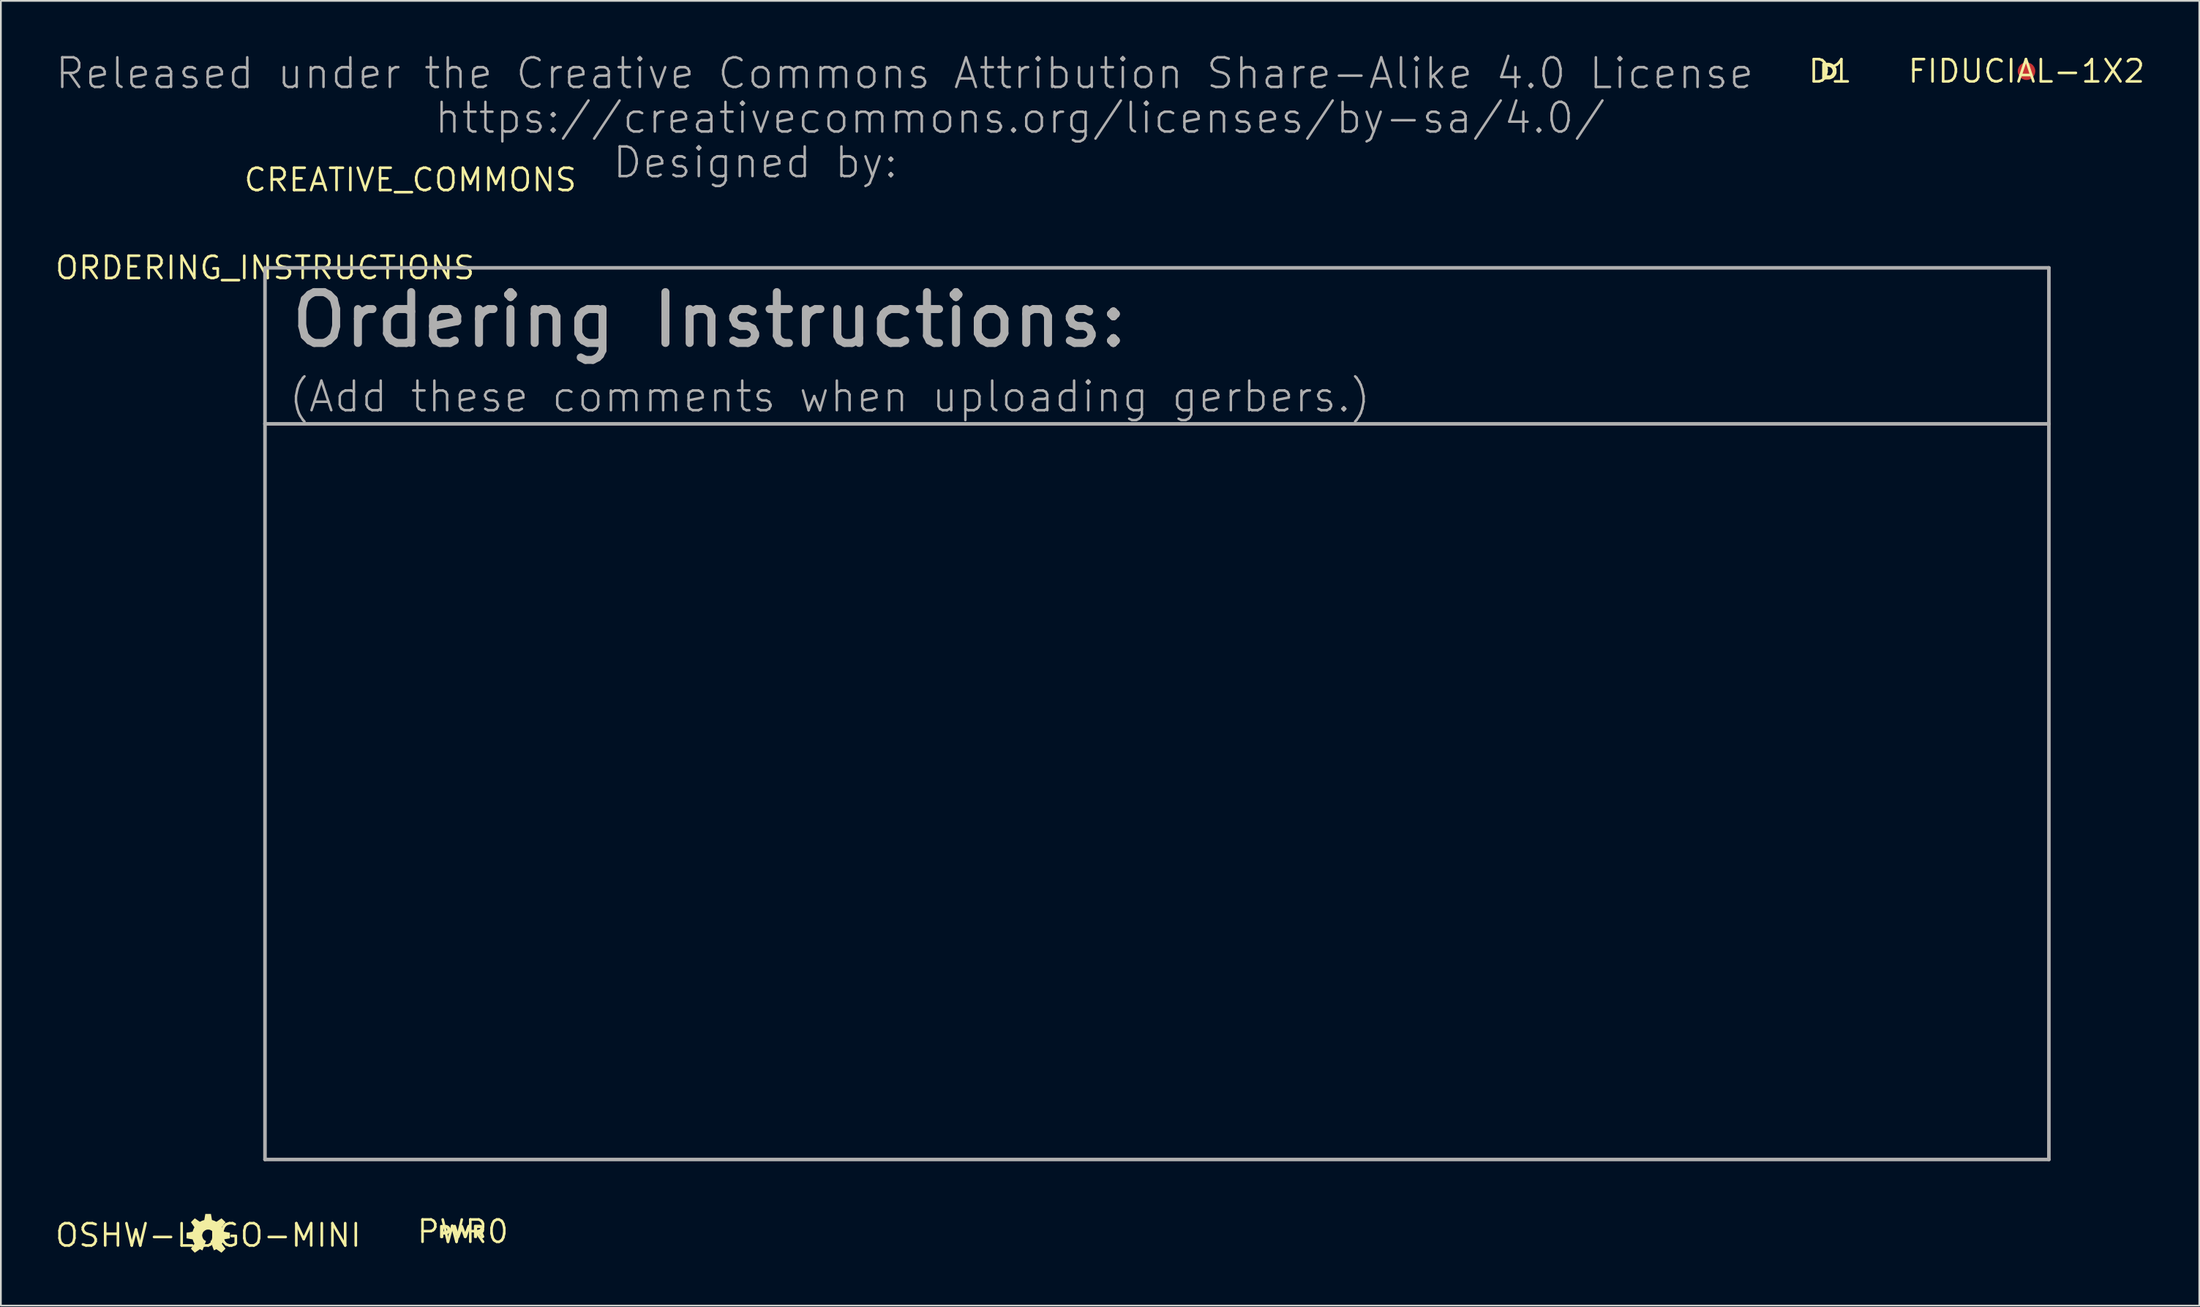
<source format=kicad_pcb>
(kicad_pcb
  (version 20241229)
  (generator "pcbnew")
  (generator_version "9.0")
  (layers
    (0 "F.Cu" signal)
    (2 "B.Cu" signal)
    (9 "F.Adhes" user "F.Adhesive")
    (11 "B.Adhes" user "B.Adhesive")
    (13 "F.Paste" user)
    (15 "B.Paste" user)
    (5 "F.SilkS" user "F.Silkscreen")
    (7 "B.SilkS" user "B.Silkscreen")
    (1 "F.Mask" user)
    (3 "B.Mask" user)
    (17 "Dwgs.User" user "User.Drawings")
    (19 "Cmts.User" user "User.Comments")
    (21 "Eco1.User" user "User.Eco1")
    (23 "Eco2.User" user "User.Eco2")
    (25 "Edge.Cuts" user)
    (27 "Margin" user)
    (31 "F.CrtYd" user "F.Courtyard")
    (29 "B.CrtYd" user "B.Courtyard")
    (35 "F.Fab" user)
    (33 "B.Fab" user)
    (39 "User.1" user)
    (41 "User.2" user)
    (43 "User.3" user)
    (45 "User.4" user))
  (footprint "FIDUCIAL-1X2"
    (layer "F.Cu")
    (at 112.367 1.006)
    (property "Reference" "FIDUCIAL-1X2" (at 0 0 0) (layer "F.SilkS") (effects (font (size 1.27 1.27) (thickness 0.15))))
    (attr through_hole)
    (pad "1" smd roundrect (at 0 0) (size 1 1) (layers "F.Cu" "F.Mask") (roundrect_rratio 0.5)))
  (footprint "CREATIVE_COMMONS"
    (layer "F.Cu")
    (at 20.32 7.196)
    (property "Reference" "CREATIVE_COMMONS" (at 0 0 0) (layer "F.SilkS") (effects (font (size 1.27 1.27) (thickness 0.15))))
    (attr through_hole)
    (fp_text user "Released under the Creative Commons Attribution Share-Alike 4.0 License" (at -20.32 -5.08 0) (layer "F.Fab") (effects (font (size 1.689 1.689) (thickness 0.142)) (justify left bottom)))
    (fp_text user " https://creativecommons.org/licenses/by-sa/4.0/" (at 0 -2.54 0) (layer "F.Fab") (effects (font (size 1.689 1.689) (thickness 0.142)) (justify left bottom)))
    (fp_text user "Designed by:" (at 11.43 0 0) (layer "F.Fab") (effects (font (size 1.689 1.689) (thickness 0.142)) (justify left bottom))))
  (footprint "OSHW-LOGO-MINI"
    (layer "F.Cu")
    (at 8.807 67.327)
    (property "Reference" "OSHW-LOGO-MINI" (at 0 0 0) (layer "F.SilkS") (effects (font (size 1.27 1.27) (thickness 0.15))))
    (attr through_hole)
    (fp_poly (pts (xy 1.237 0.173) (xy 1.237 -0.147) (xy 0.877 -0.207) (xy 0.877 -0.247) (xy 0.867 -0.257) (xy 0.867 -0.277) (xy 0.857 -0.287) (xy 0.847 -0.307) (xy 0.847 -0.327) (xy 0.837 -0.337) (xy 0.837 -0.357) (xy 0.827 -0.367) (xy 0.817 -0.387) (xy 0.807 -0.397) (xy 0.807 -0.417) (xy 0.797 -0.427) (xy 0.787 -0.447) (xy 0.777 -0.457) (xy 0.987 -0.747) (xy 0.757 -0.967) (xy 0.467 -0.767) (xy 0.457 -0.777) (xy 0.437 -0.787) (xy 0.427 -0.787) (xy 0.407 -0.797) (xy 0.397 -0.807) (xy 0.377 -0.817) (xy 0.367 -0.817) (xy 0.347 -0.827) (xy 0.337 -0.837) (xy 0.317 -0.837) (xy 0.297 -0.847) (xy 0.287 -0.847) (xy 0.267 -0.857) (xy 0.257 -0.857) (xy 0.237 -0.867) (xy 0.217 -0.867) (xy 0.157 -1.217) (xy -0.163 -1.217) (xy -0.223 -0.867) (xy -0.233 -0.867) (xy -0.253 -0.857) (xy -0.273 -0.857) (xy -0.283 -0.847) (xy -0.303 -0.847) (xy -0.323 -0.837) (xy -0.333 -0.837) (xy -0.353 -0.827) (xy -0.363 -0.817) (xy -0.383 -0.817) (xy -0.393 -0.807) (xy -0.413 -0.797) (xy -0.423 -0.787) (xy -0.443 -0.787) (xy -0.453 -0.777) (xy -0.473 -0.767) (xy -0.763 -0.967) (xy -0.983 -0.747) (xy -0.783 -0.457) (xy -0.793 -0.447) (xy -0.793 -0.427) (xy -0.803 -0.417) (xy -0.813 -0.397) (xy -0.823 -0.387) (xy -0.823 -0.367) (xy -0.833 -0.357) (xy -0.843 -0.337) (xy -0.843 -0.327) (xy -0.863 -0.287) (xy -0.863 -0.277) (xy -0.873 -0.257) (xy -0.873 -0.247) (xy -0.883 -0.227) (xy -0.883 -0.207) (xy -1.233 -0.147) (xy -1.233 0.173) (xy -0.883 0.233) (xy -0.883 0.243) (xy -0.873 0.263) (xy -0.873 0.283) (xy -0.863 0.293) (xy -0.863 0.313) (xy -0.853 0.323) (xy -0.843 0.343) (xy -0.843 0.363) (xy -0.833 0.373) (xy -0.833 0.393) (xy -0.823 0.403) (xy -0.813 0.423) (xy -0.803 0.433) (xy -0.793 0.453) (xy -0.793 0.463) (xy -0.783 0.483) (xy -0.983 0.763) (xy -0.763 0.993) (xy -0.473 0.793) (xy -0.463 0.793) (xy -0.453 0.803) (xy -0.443 0.803) (xy -0.433 0.813) (xy -0.423 0.813) (xy -0.413 0.823) (xy -0.403 0.823) (xy -0.393 0.833) (xy -0.383 0.833) (xy -0.373 0.843) (xy -0.363 0.843) (xy -0.353 0.853) (xy -0.333 0.853) (xy -0.323 0.863) (xy -0.123 0.323) (xy -0.153 0.313) (xy -0.193 0.293) (xy -0.213 0.273) (xy -0.233 0.263) (xy -0.253 0.243) (xy -0.263 0.223) (xy -0.283 0.203) (xy -0.303 0.163) (xy -0.313 0.133) (xy -0.333 0.093) (xy -0.333 0.063) (xy -0.343 0.033) (xy -0.343 -0.027) (xy -0.303 -0.147) (xy -0.263 -0.207) (xy -0.243 -0.227) (xy -0.213 -0.247) (xy -0.193 -0.267) (xy -0.163 -0.287) (xy -0.133 -0.297) (xy -0.103 -0.317) (xy -0.073 -0.317) (xy -0.033 -0.327) (xy 0.037 -0.327) (xy 0.067 -0.317) (xy 0.097 -0.317) (xy 0.127 -0.297) (xy 0.157 -0.287) (xy 0.217 -0.247) (xy 0.257 -0.207) (xy 0.297 -0.147) (xy 0.307 -0.117) (xy 0.327 -0.087) (xy 0.327 -0.057) (xy 0.337 -0.027) (xy 0.337 0.063) (xy 0.327 0.093) (xy 0.327 0.113) (xy 0.317 0.133) (xy 0.307 0.163) (xy 0.297 0.183) (xy 0.277 0.203) (xy 0.267 0.223) (xy 0.227 0.263) (xy 0.207 0.273) (xy 0.187 0.293) (xy 0.127 0.323) (xy 0.327 0.863) (xy 0.327 0.853) (xy 0.347 0.853) (xy 0.357 0.843) (xy 0.367 0.843) (xy 0.377 0.833) (xy 0.387 0.833) (xy 0.397 0.823) (xy 0.417 0.823) (xy 0.427 0.813) (xy 0.437 0.813) (xy 0.457 0.793) (xy 0.467 0.793) (xy 0.757 0.993) (xy 0.987 0.763) (xy 0.777 0.483) (xy 0.787 0.463) (xy 0.797 0.453) (xy 0.807 0.433) (xy 0.807 0.423) (xy 0.817 0.403) (xy 0.827 0.393) (xy 0.837 0.373) (xy 0.837 0.363) (xy 0.857 0.323) (xy 0.857 0.313) (xy 0.867 0.293) (xy 0.867 0.283) (xy 0.877 0.263) (xy 0.877 0.243) (xy 0.887 0.233)) (stroke (width 0) (type solid)) (fill yes) (layer "F.SilkS")))
  (footprint "D1"
    (layer "F.Cu")
    (at 101.188 1.006)
    (property "Reference" "D1" (at 0 0 0) (layer "F.SilkS") (effects (font (size 1.27 1.27) (thickness 0.15))))
    (attr through_hole)
    (fp_poly (pts (xy -0.4 -0.48) (xy -0.45 -0.45) (xy -0.46 -0.39) (xy -0.46 0.36) (xy -0.45 0.43) (xy -0.42 0.46) (xy -0.34 0.47) (xy -0.14 0.47) (xy -0.07 0.47) (xy 0 0.46) (xy 0.06 0.44) (xy -0.01 0.24) (xy -0.22 0.24) (xy -0.23 0.19) (xy -0.23 -0.22) (xy -0.2 -0.25) (xy -0.13 -0.25) (xy -0.06 -0.25) (xy 0 -0.22) (xy 0.06 -0.19) (xy 0.1 -0.13) (xy 0.13 -0.07) (xy 0.14 0) (xy 0.13 0.06) (xy 0.1 0.12) (xy 0.06 0.18) (xy 0.01 0.22) (xy -0.01 0.24) (xy 0.06 0.44) (xy 0.12 0.41) (xy 0.18 0.38) (xy 0.23 0.33) (xy 0.27 0.28) (xy 0.31 0.22) (xy 0.34 0.16) (xy 0.36 0.1) (xy 0.36 0.03) (xy 0.36 -0.04) (xy 0.36 -0.11) (xy 0.34 -0.18) (xy 0.31 -0.23) (xy 0.27 -0.29) (xy 0.23 -0.34) (xy 0.17 -0.39) (xy 0.12 -0.42) (xy 0.06 -0.45) (xy -0.01 -0.47) (xy -0.07 -0.48) (xy -0.35 -0.48)) (stroke (width 0) (type solid)) (fill yes) (layer "F.SilkS")))
  (footprint "PWR0"
    (layer "F.Cu")
    (at 23.312 67.116)
    (property "Reference" "PWR0" (at 0 0 0) (layer "F.SilkS") (effects (font (size 1.27 1.27) (thickness 0.15))))
    (attr through_hole)
    (fp_poly (pts (xy 0.37 -0.38) (xy 0.31 -0.39) (xy 0.27 -0.36) (xy 0.14 0) (xy 0.13 0.01) (xy 0.02 -0.3) (xy 0 -0.35) (xy -0.04 -0.38) (xy -0.1 -0.38) (xy -0.14 -0.35) (xy -0.16 -0.3) (xy -0.27 0.01) (xy -0.29 -0.01) (xy -0.39 -0.32) (xy -0.41 -0.37) (xy -0.45 -0.39) (xy -0.51 -0.38) (xy -0.56 -0.34) (xy -0.57 -0.31) (xy -0.56 -0.25) (xy -0.36 0.32) (xy -0.33 0.36) (xy -0.28 0.38) (xy -0.23 0.37) (xy -0.19 0.32) (xy -0.13 0.14) (xy -0.07 -0.03) (xy 0.04 0.28) (xy 0.05 0.33) (xy 0.09 0.37) (xy 0.15 0.38) (xy 0.2 0.35) (xy 0.23 0.31) (xy 0.42 -0.25) (xy 0.44 -0.31) (xy 0.42 -0.35)) (stroke (width 0) (type solid)) (fill yes) (layer "F.SilkS"))
    (fp_poly (pts (xy -0.71 -0.19) (xy -0.74 -0.24) (xy -0.77 -0.28) (xy -0.81 -0.32) (xy -0.86 -0.35) (xy -0.91 -0.37) (xy -0.96 -0.38) (xy -1.01 -0.38) (xy -1.17 -0.38) (xy -1.23 -0.38) (xy -1.28 -0.37) (xy -1.3 -0.32) (xy -1.3 0.27) (xy -1.3 0.33) (xy -1.28 0.36) (xy -1.22 0.38) (xy -1.16 0.37) (xy -1.12 0.35) (xy -1.11 0.29) (xy -1.11 0.18) (xy -1.08 0.17) (xy -0.97 0.17) (xy -0.92 0.16) (xy -0.87 0.14) (xy -0.95 -0.02) (xy -1.11 -0.02) (xy -1.11 -0.18) (xy -1.08 -0.2) (xy -0.98 -0.2) (xy -0.93 -0.18) (xy -0.9 -0.14) (xy -0.89 -0.08) (xy -0.92 -0.04) (xy -0.95 -0.02) (xy -0.87 0.14) (xy -0.82 0.11) (xy -0.78 0.08) (xy -0.75 0.04) (xy -0.72 -0.01) (xy -0.71 -0.06) (xy -0.71 -0.12) (xy -0.71 -0.17)) (stroke (width 0) (type solid)) (fill yes) (layer "F.SilkS"))
    (fp_poly (pts (xy 1.19 0.21) (xy 1.15 0.11) (xy 1.14 0.07) (xy 1.18 0.03) (xy 1.2 -0.02) (xy 1.21 -0.07) (xy 1.22 -0.13) (xy 1.21 -0.18) (xy 1.19 -0.23) (xy 1.16 -0.28) (xy 1.12 -0.31) (xy 1 -0.18) (xy 1.03 -0.14) (xy 1.03 -0.08) (xy 1 -0.04) (xy 0.95 -0.02) (xy 0.84 -0.02) (xy 0.81 -0.02) (xy 0.81 -0.18) (xy 0.84 -0.21) (xy 0.9 -0.21) (xy 0.95 -0.21) (xy 1 -0.18) (xy 1.12 -0.32) (xy 1.08 -0.35) (xy 1.03 -0.37) (xy 0.98 -0.39) (xy 0.93 -0.39) (xy 0.7 -0.39) (xy 0.65 -0.38) (xy 0.63 -0.34) (xy 0.63 -0.28) (xy 0.63 0.26) (xy 0.63 0.32) (xy 0.65 0.36) (xy 0.7 0.37) (xy 0.77 0.37) (xy 0.8 0.34) (xy 0.81 0.29) (xy 0.81 0.18) (xy 0.85 0.16) (xy 0.96 0.16) (xy 1 0.22) (xy 1.05 0.35) (xy 1.1 0.38) (xy 1.15 0.37) (xy 1.2 0.34) (xy 1.22 0.3) (xy 1.21 0.24)) (stroke (width 0) (type solid)) (fill yes) (layer "F.SilkS")))
  (footprint "ORDERING_INSTRUCTIONS"
    (layer "F.Cu")
    (at 12.042 12.208)
    (property "Reference" "ORDERING_INSTRUCTIONS" (at 0 0 0) (layer "F.SilkS") (effects (font (size 1.27 1.27) (thickness 0.15))))
    (attr through_hole)
    (fp_line (start 0 0) (end 101.6 0) (stroke (width 0.203) (type solid)) (layer "F.Fab"))
    (fp_line (start 0 8.89) (end 0 0) (stroke (width 0.203) (type solid)) (layer "F.Fab"))
    (fp_line (start 0 8.89) (end 101.6 8.89) (stroke (width 0.203) (type solid)) (layer "F.Fab"))
    (fp_line (start 0 50.8) (end 0 8.89) (stroke (width 0.203) (type solid)) (layer "F.Fab"))
    (fp_line (start 101.6 0) (end 101.6 8.89) (stroke (width 0.203) (type solid)) (layer "F.Fab"))
    (fp_line (start 101.6 8.89) (end 101.6 50.8) (stroke (width 0.203) (type solid)) (layer "F.Fab"))
    (fp_line (start 101.6 50.8) (end 0 50.8) (stroke (width 0.203) (type solid)) (layer "F.Fab"))
    (fp_text user "(Add these comments when uploading gerbers.)" (at 1.27 6.35 0) (layer "F.Fab") (effects (font (size 1.689 1.689) (thickness 0.142)) (justify left top)))
    (fp_text user "Ordering Instructions:" (at 1.27 1.27 0) (layer "F.Fab") (effects (font (size 2.896 2.896) (thickness 0.457)) (justify left top))))
  (gr_rect
    (start -3 -3)
    (end 122.208 71.333)
    (stroke (width 0.1) (type default))
    (fill no)
    (layer "Edge.Cuts")))
</source>
